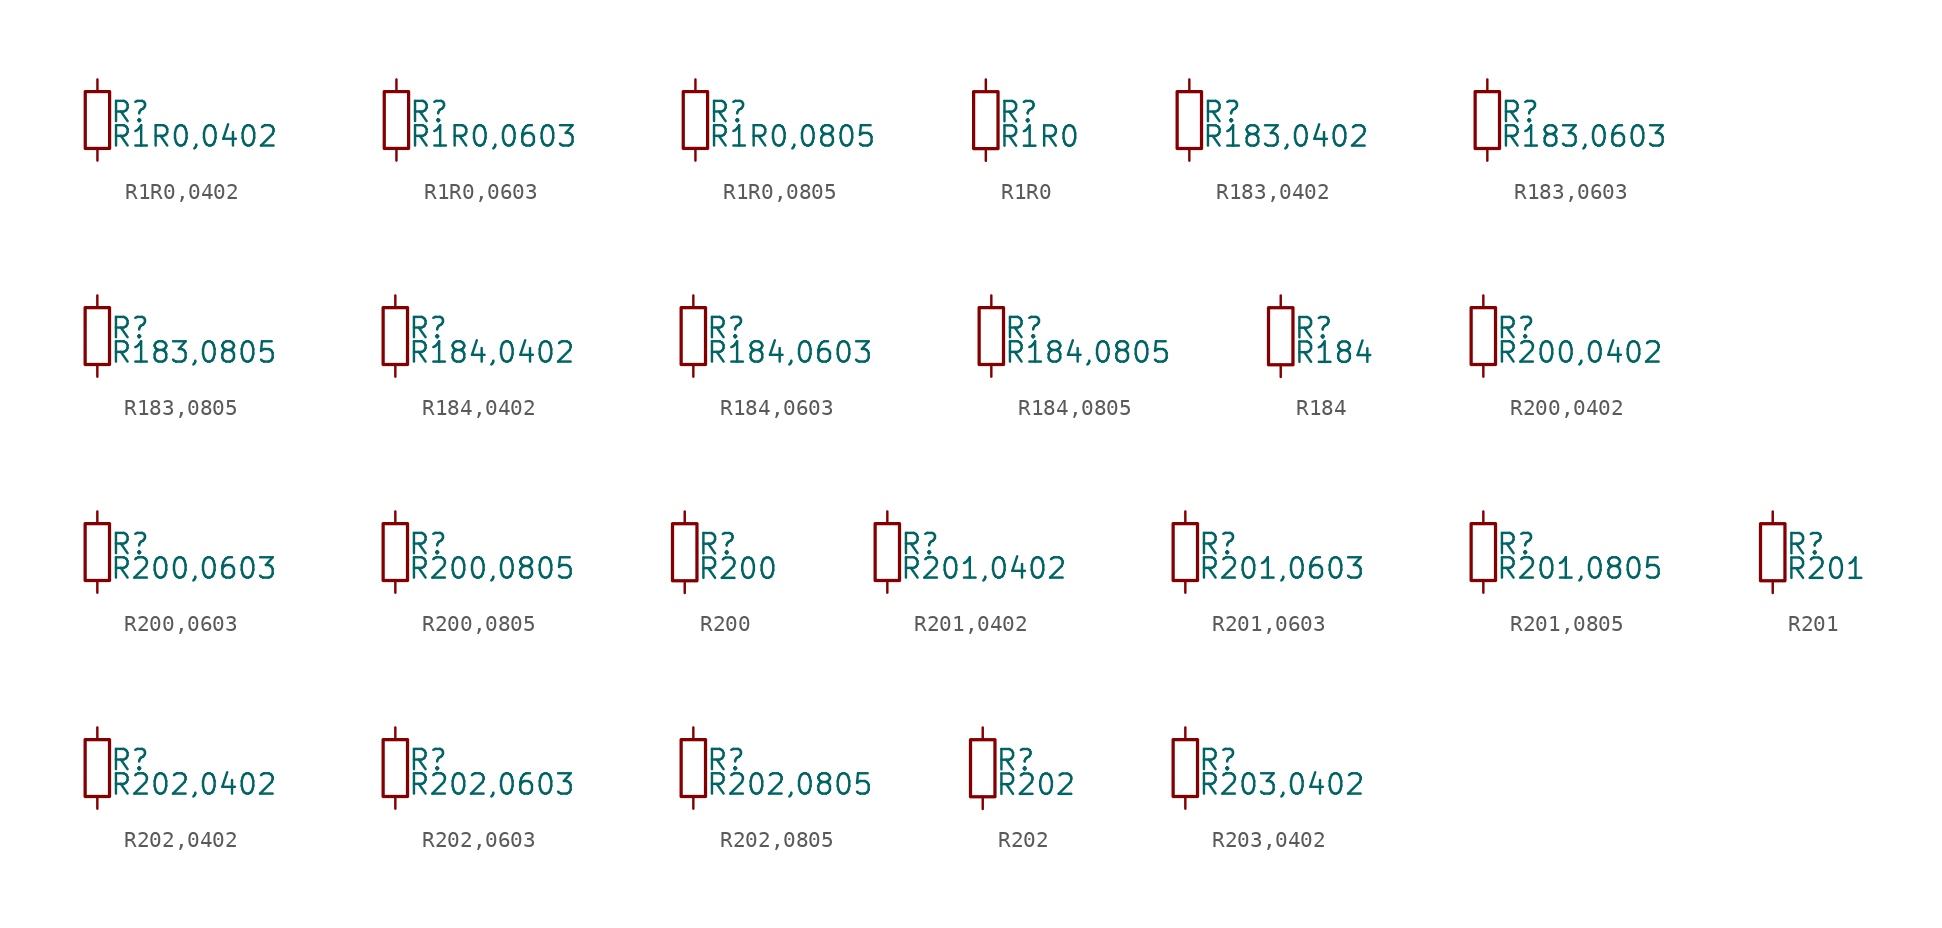
<source format=kicad_sym>
(kicad_symbol_lib
  (version 20211014)
  (generator kicad_symbol_editor)
  (symbol "R1R0,0402"
    (pin_numbers hide)
    (pin_names
      (offset 0.254) hide)
    (property "Reference" "R"
      (at 0.762 0.508 0)
      (effects (font (size 1.27 1.27)) (justify left)))
    (property "Value" "R1R0,0402"
      (at 0.762 -1.016 0)
      (effects (font (size 1.27 1.27)) (justify left)))
    (symbol "R1R0,0402_0_1"
      (rectangle (start -0.762 1.778) (end 0.762 -1.778) (stroke (width 0.203) (type default) (color 0 0 0 0)) (fill (type none))))
    (symbol "R1R0,0402_1_1"
      (pin passive line (at 0 2.54 270) (length 0.762) (name "~" (effects (font (size 1.27 1.27)))) (number "1" (effects (font (size 1.27 1.27)))))
      (pin passive line (at 0 -2.54 90) (length 0.762) (name "~" (effects (font (size 1.27 1.27)))) (number "2" (effects (font (size 1.27 1.27)))))))
  (symbol "R1R0,0603"
    (pin_numbers hide)
    (pin_names
      (offset 0.254) hide)
    (property "Reference" "R"
      (at 0.762 0.508 0)
      (effects (font (size 1.27 1.27)) (justify left)))
    (property "Value" "R1R0,0603"
      (at 0.762 -1.016 0)
      (effects (font (size 1.27 1.27)) (justify left)))
    (symbol "R1R0,0603_0_1"
      (rectangle (start -0.762 1.778) (end 0.762 -1.778) (stroke (width 0.203) (type default) (color 0 0 0 0)) (fill (type none))))
    (symbol "R1R0,0603_1_1"
      (pin passive line (at 0 2.54 270) (length 0.762) (name "~" (effects (font (size 1.27 1.27)))) (number "1" (effects (font (size 1.27 1.27)))))
      (pin passive line (at 0 -2.54 90) (length 0.762) (name "~" (effects (font (size 1.27 1.27)))) (number "2" (effects (font (size 1.27 1.27)))))))
  (symbol "R1R0,0805"
    (pin_numbers hide)
    (pin_names
      (offset 0.254) hide)
    (property "Reference" "R"
      (at 0.762 0.508 0)
      (effects (font (size 1.27 1.27)) (justify left)))
    (property "Value" "R1R0,0805"
      (at 0.762 -1.016 0)
      (effects (font (size 1.27 1.27)) (justify left)))
    (symbol "R1R0,0805_0_1"
      (rectangle (start -0.762 1.778) (end 0.762 -1.778) (stroke (width 0.203) (type default) (color 0 0 0 0)) (fill (type none))))
    (symbol "R1R0,0805_1_1"
      (pin passive line (at 0 2.54 270) (length 0.762) (name "~" (effects (font (size 1.27 1.27)))) (number "1" (effects (font (size 1.27 1.27)))))
      (pin passive line (at 0 -2.54 90) (length 0.762) (name "~" (effects (font (size 1.27 1.27)))) (number "2" (effects (font (size 1.27 1.27)))))))
  (symbol "R1R0"
    (pin_numbers hide)
    (pin_names
      (offset 0.254) hide)
    (property "Reference" "R"
      (at 0.762 0.508 0)
      (effects (font (size 1.27 1.27)) (justify left)))
    (property "Value" "R1R0"
      (at 0.762 -1.016 0)
      (effects (font (size 1.27 1.27)) (justify left)))
    (symbol "R1R0_0_1"
      (rectangle (start -0.762 1.778) (end 0.762 -1.778) (stroke (width 0.203) (type default) (color 0 0 0 0)) (fill (type none))))
    (symbol "R1R0_1_1"
      (pin passive line (at 0 2.54 270) (length 0.762) (name "~" (effects (font (size 1.27 1.27)))) (number "1" (effects (font (size 1.27 1.27)))))
      (pin passive line (at 0 -2.54 90) (length 0.762) (name "~" (effects (font (size 1.27 1.27)))) (number "2" (effects (font (size 1.27 1.27)))))))
  (symbol "R183,0402"
    (pin_numbers hide)
    (pin_names
      (offset 0.254) hide)
    (property "Reference" "R"
      (at 0.762 0.508 0)
      (effects (font (size 1.27 1.27)) (justify left)))
    (property "Value" "R183,0402"
      (at 0.762 -1.016 0)
      (effects (font (size 1.27 1.27)) (justify left)))
    (symbol "R183,0402_0_1"
      (rectangle (start -0.762 1.778) (end 0.762 -1.778) (stroke (width 0.203) (type default) (color 0 0 0 0)) (fill (type none))))
    (symbol "R183,0402_1_1"
      (pin passive line (at 0 2.54 270) (length 0.762) (name "~" (effects (font (size 1.27 1.27)))) (number "1" (effects (font (size 1.27 1.27)))))
      (pin passive line (at 0 -2.54 90) (length 0.762) (name "~" (effects (font (size 1.27 1.27)))) (number "2" (effects (font (size 1.27 1.27)))))))
  (symbol "R183,0603"
    (pin_numbers hide)
    (pin_names
      (offset 0.254) hide)
    (property "Reference" "R"
      (at 0.762 0.508 0)
      (effects (font (size 1.27 1.27)) (justify left)))
    (property "Value" "R183,0603"
      (at 0.762 -1.016 0)
      (effects (font (size 1.27 1.27)) (justify left)))
    (symbol "R183,0603_0_1"
      (rectangle (start -0.762 1.778) (end 0.762 -1.778) (stroke (width 0.203) (type default) (color 0 0 0 0)) (fill (type none))))
    (symbol "R183,0603_1_1"
      (pin passive line (at 0 2.54 270) (length 0.762) (name "~" (effects (font (size 1.27 1.27)))) (number "1" (effects (font (size 1.27 1.27)))))
      (pin passive line (at 0 -2.54 90) (length 0.762) (name "~" (effects (font (size 1.27 1.27)))) (number "2" (effects (font (size 1.27 1.27)))))))
  (symbol "R183,0805"
    (pin_numbers hide)
    (pin_names
      (offset 0.254) hide)
    (property "Reference" "R"
      (at 0.762 0.508 0)
      (effects (font (size 1.27 1.27)) (justify left)))
    (property "Value" "R183,0805"
      (at 0.762 -1.016 0)
      (effects (font (size 1.27 1.27)) (justify left)))
    (symbol "R183,0805_0_1"
      (rectangle (start -0.762 1.778) (end 0.762 -1.778) (stroke (width 0.203) (type default) (color 0 0 0 0)) (fill (type none))))
    (symbol "R183,0805_1_1"
      (pin passive line (at 0 2.54 270) (length 0.762) (name "~" (effects (font (size 1.27 1.27)))) (number "1" (effects (font (size 1.27 1.27)))))
      (pin passive line (at 0 -2.54 90) (length 0.762) (name "~" (effects (font (size 1.27 1.27)))) (number "2" (effects (font (size 1.27 1.27)))))))
  (symbol "R184,0402"
    (pin_numbers hide)
    (pin_names
      (offset 0.254) hide)
    (property "Reference" "R"
      (at 0.762 0.508 0)
      (effects (font (size 1.27 1.27)) (justify left)))
    (property "Value" "R184,0402"
      (at 0.762 -1.016 0)
      (effects (font (size 1.27 1.27)) (justify left)))
    (symbol "R184,0402_0_1"
      (rectangle (start -0.762 1.778) (end 0.762 -1.778) (stroke (width 0.203) (type default) (color 0 0 0 0)) (fill (type none))))
    (symbol "R184,0402_1_1"
      (pin passive line (at 0 2.54 270) (length 0.762) (name "~" (effects (font (size 1.27 1.27)))) (number "1" (effects (font (size 1.27 1.27)))))
      (pin passive line (at 0 -2.54 90) (length 0.762) (name "~" (effects (font (size 1.27 1.27)))) (number "2" (effects (font (size 1.27 1.27)))))))
  (symbol "R184,0603"
    (pin_numbers hide)
    (pin_names
      (offset 0.254) hide)
    (property "Reference" "R"
      (at 0.762 0.508 0)
      (effects (font (size 1.27 1.27)) (justify left)))
    (property "Value" "R184,0603"
      (at 0.762 -1.016 0)
      (effects (font (size 1.27 1.27)) (justify left)))
    (symbol "R184,0603_0_1"
      (rectangle (start -0.762 1.778) (end 0.762 -1.778) (stroke (width 0.203) (type default) (color 0 0 0 0)) (fill (type none))))
    (symbol "R184,0603_1_1"
      (pin passive line (at 0 2.54 270) (length 0.762) (name "~" (effects (font (size 1.27 1.27)))) (number "1" (effects (font (size 1.27 1.27)))))
      (pin passive line (at 0 -2.54 90) (length 0.762) (name "~" (effects (font (size 1.27 1.27)))) (number "2" (effects (font (size 1.27 1.27)))))))
  (symbol "R184,0805"
    (pin_numbers hide)
    (pin_names
      (offset 0.254) hide)
    (property "Reference" "R"
      (at 0.762 0.508 0)
      (effects (font (size 1.27 1.27)) (justify left)))
    (property "Value" "R184,0805"
      (at 0.762 -1.016 0)
      (effects (font (size 1.27 1.27)) (justify left)))
    (symbol "R184,0805_0_1"
      (rectangle (start -0.762 1.778) (end 0.762 -1.778) (stroke (width 0.203) (type default) (color 0 0 0 0)) (fill (type none))))
    (symbol "R184,0805_1_1"
      (pin passive line (at 0 2.54 270) (length 0.762) (name "~" (effects (font (size 1.27 1.27)))) (number "1" (effects (font (size 1.27 1.27)))))
      (pin passive line (at 0 -2.54 90) (length 0.762) (name "~" (effects (font (size 1.27 1.27)))) (number "2" (effects (font (size 1.27 1.27)))))))
  (symbol "R184"
    (pin_numbers hide)
    (pin_names
      (offset 0.254) hide)
    (property "Reference" "R"
      (at 0.762 0.508 0)
      (effects (font (size 1.27 1.27)) (justify left)))
    (property "Value" "R184"
      (at 0.762 -1.016 0)
      (effects (font (size 1.27 1.27)) (justify left)))
    (symbol "R184_0_1"
      (rectangle (start -0.762 1.778) (end 0.762 -1.778) (stroke (width 0.203) (type default) (color 0 0 0 0)) (fill (type none))))
    (symbol "R184_1_1"
      (pin passive line (at 0 2.54 270) (length 0.762) (name "~" (effects (font (size 1.27 1.27)))) (number "1" (effects (font (size 1.27 1.27)))))
      (pin passive line (at 0 -2.54 90) (length 0.762) (name "~" (effects (font (size 1.27 1.27)))) (number "2" (effects (font (size 1.27 1.27)))))))
  (symbol "R200,0402"
    (pin_numbers hide)
    (pin_names
      (offset 0.254) hide)
    (property "Reference" "R"
      (at 0.762 0.508 0)
      (effects (font (size 1.27 1.27)) (justify left)))
    (property "Value" "R200,0402"
      (at 0.762 -1.016 0)
      (effects (font (size 1.27 1.27)) (justify left)))
    (symbol "R200,0402_0_1"
      (rectangle (start -0.762 1.778) (end 0.762 -1.778) (stroke (width 0.203) (type default) (color 0 0 0 0)) (fill (type none))))
    (symbol "R200,0402_1_1"
      (pin passive line (at 0 2.54 270) (length 0.762) (name "~" (effects (font (size 1.27 1.27)))) (number "1" (effects (font (size 1.27 1.27)))))
      (pin passive line (at 0 -2.54 90) (length 0.762) (name "~" (effects (font (size 1.27 1.27)))) (number "2" (effects (font (size 1.27 1.27)))))))
  (symbol "R200,0603"
    (pin_numbers hide)
    (pin_names
      (offset 0.254) hide)
    (property "Reference" "R"
      (at 0.762 0.508 0)
      (effects (font (size 1.27 1.27)) (justify left)))
    (property "Value" "R200,0603"
      (at 0.762 -1.016 0)
      (effects (font (size 1.27 1.27)) (justify left)))
    (symbol "R200,0603_0_1"
      (rectangle (start -0.762 1.778) (end 0.762 -1.778) (stroke (width 0.203) (type default) (color 0 0 0 0)) (fill (type none))))
    (symbol "R200,0603_1_1"
      (pin passive line (at 0 2.54 270) (length 0.762) (name "~" (effects (font (size 1.27 1.27)))) (number "1" (effects (font (size 1.27 1.27)))))
      (pin passive line (at 0 -2.54 90) (length 0.762) (name "~" (effects (font (size 1.27 1.27)))) (number "2" (effects (font (size 1.27 1.27)))))))
  (symbol "R200,0805"
    (pin_numbers hide)
    (pin_names
      (offset 0.254) hide)
    (property "Reference" "R"
      (at 0.762 0.508 0)
      (effects (font (size 1.27 1.27)) (justify left)))
    (property "Value" "R200,0805"
      (at 0.762 -1.016 0)
      (effects (font (size 1.27 1.27)) (justify left)))
    (symbol "R200,0805_0_1"
      (rectangle (start -0.762 1.778) (end 0.762 -1.778) (stroke (width 0.203) (type default) (color 0 0 0 0)) (fill (type none))))
    (symbol "R200,0805_1_1"
      (pin passive line (at 0 2.54 270) (length 0.762) (name "~" (effects (font (size 1.27 1.27)))) (number "1" (effects (font (size 1.27 1.27)))))
      (pin passive line (at 0 -2.54 90) (length 0.762) (name "~" (effects (font (size 1.27 1.27)))) (number "2" (effects (font (size 1.27 1.27)))))))
  (symbol "R200"
    (pin_numbers hide)
    (pin_names
      (offset 0.254) hide)
    (property "Reference" "R"
      (at 0.762 0.508 0)
      (effects (font (size 1.27 1.27)) (justify left)))
    (property "Value" "R200"
      (at 0.762 -1.016 0)
      (effects (font (size 1.27 1.27)) (justify left)))
    (symbol "R200_0_1"
      (rectangle (start -0.762 1.778) (end 0.762 -1.778) (stroke (width 0.203) (type default) (color 0 0 0 0)) (fill (type none))))
    (symbol "R200_1_1"
      (pin passive line (at 0 2.54 270) (length 0.762) (name "~" (effects (font (size 1.27 1.27)))) (number "1" (effects (font (size 1.27 1.27)))))
      (pin passive line (at 0 -2.54 90) (length 0.762) (name "~" (effects (font (size 1.27 1.27)))) (number "2" (effects (font (size 1.27 1.27)))))))
  (symbol "R201,0402"
    (pin_numbers hide)
    (pin_names
      (offset 0.254) hide)
    (property "Reference" "R"
      (at 0.762 0.508 0)
      (effects (font (size 1.27 1.27)) (justify left)))
    (property "Value" "R201,0402"
      (at 0.762 -1.016 0)
      (effects (font (size 1.27 1.27)) (justify left)))
    (symbol "R201,0402_0_1"
      (rectangle (start -0.762 1.778) (end 0.762 -1.778) (stroke (width 0.203) (type default) (color 0 0 0 0)) (fill (type none))))
    (symbol "R201,0402_1_1"
      (pin passive line (at 0 2.54 270) (length 0.762) (name "~" (effects (font (size 1.27 1.27)))) (number "1" (effects (font (size 1.27 1.27)))))
      (pin passive line (at 0 -2.54 90) (length 0.762) (name "~" (effects (font (size 1.27 1.27)))) (number "2" (effects (font (size 1.27 1.27)))))))
  (symbol "R201,0603"
    (pin_numbers hide)
    (pin_names
      (offset 0.254) hide)
    (property "Reference" "R"
      (at 0.762 0.508 0)
      (effects (font (size 1.27 1.27)) (justify left)))
    (property "Value" "R201,0603"
      (at 0.762 -1.016 0)
      (effects (font (size 1.27 1.27)) (justify left)))
    (symbol "R201,0603_0_1"
      (rectangle (start -0.762 1.778) (end 0.762 -1.778) (stroke (width 0.203) (type default) (color 0 0 0 0)) (fill (type none))))
    (symbol "R201,0603_1_1"
      (pin passive line (at 0 2.54 270) (length 0.762) (name "~" (effects (font (size 1.27 1.27)))) (number "1" (effects (font (size 1.27 1.27)))))
      (pin passive line (at 0 -2.54 90) (length 0.762) (name "~" (effects (font (size 1.27 1.27)))) (number "2" (effects (font (size 1.27 1.27)))))))
  (symbol "R201,0805"
    (pin_numbers hide)
    (pin_names
      (offset 0.254) hide)
    (property "Reference" "R"
      (at 0.762 0.508 0)
      (effects (font (size 1.27 1.27)) (justify left)))
    (property "Value" "R201,0805"
      (at 0.762 -1.016 0)
      (effects (font (size 1.27 1.27)) (justify left)))
    (symbol "R201,0805_0_1"
      (rectangle (start -0.762 1.778) (end 0.762 -1.778) (stroke (width 0.203) (type default) (color 0 0 0 0)) (fill (type none))))
    (symbol "R201,0805_1_1"
      (pin passive line (at 0 2.54 270) (length 0.762) (name "~" (effects (font (size 1.27 1.27)))) (number "1" (effects (font (size 1.27 1.27)))))
      (pin passive line (at 0 -2.54 90) (length 0.762) (name "~" (effects (font (size 1.27 1.27)))) (number "2" (effects (font (size 1.27 1.27)))))))
  (symbol "R201"
    (pin_numbers hide)
    (pin_names
      (offset 0.254) hide)
    (property "Reference" "R"
      (at 0.762 0.508 0)
      (effects (font (size 1.27 1.27)) (justify left)))
    (property "Value" "R201"
      (at 0.762 -1.016 0)
      (effects (font (size 1.27 1.27)) (justify left)))
    (symbol "R201_0_1"
      (rectangle (start -0.762 1.778) (end 0.762 -1.778) (stroke (width 0.203) (type default) (color 0 0 0 0)) (fill (type none))))
    (symbol "R201_1_1"
      (pin passive line (at 0 2.54 270) (length 0.762) (name "~" (effects (font (size 1.27 1.27)))) (number "1" (effects (font (size 1.27 1.27)))))
      (pin passive line (at 0 -2.54 90) (length 0.762) (name "~" (effects (font (size 1.27 1.27)))) (number "2" (effects (font (size 1.27 1.27)))))))
  (symbol "R202,0402"
    (pin_numbers hide)
    (pin_names
      (offset 0.254) hide)
    (property "Reference" "R"
      (at 0.762 0.508 0)
      (effects (font (size 1.27 1.27)) (justify left)))
    (property "Value" "R202,0402"
      (at 0.762 -1.016 0)
      (effects (font (size 1.27 1.27)) (justify left)))
    (symbol "R202,0402_0_1"
      (rectangle (start -0.762 1.778) (end 0.762 -1.778) (stroke (width 0.203) (type default) (color 0 0 0 0)) (fill (type none))))
    (symbol "R202,0402_1_1"
      (pin passive line (at 0 2.54 270) (length 0.762) (name "~" (effects (font (size 1.27 1.27)))) (number "1" (effects (font (size 1.27 1.27)))))
      (pin passive line (at 0 -2.54 90) (length 0.762) (name "~" (effects (font (size 1.27 1.27)))) (number "2" (effects (font (size 1.27 1.27)))))))
  (symbol "R202,0603"
    (pin_numbers hide)
    (pin_names
      (offset 0.254) hide)
    (property "Reference" "R"
      (at 0.762 0.508 0)
      (effects (font (size 1.27 1.27)) (justify left)))
    (property "Value" "R202,0603"
      (at 0.762 -1.016 0)
      (effects (font (size 1.27 1.27)) (justify left)))
    (symbol "R202,0603_0_1"
      (rectangle (start -0.762 1.778) (end 0.762 -1.778) (stroke (width 0.203) (type default) (color 0 0 0 0)) (fill (type none))))
    (symbol "R202,0603_1_1"
      (pin passive line (at 0 2.54 270) (length 0.762) (name "~" (effects (font (size 1.27 1.27)))) (number "1" (effects (font (size 1.27 1.27)))))
      (pin passive line (at 0 -2.54 90) (length 0.762) (name "~" (effects (font (size 1.27 1.27)))) (number "2" (effects (font (size 1.27 1.27)))))))
  (symbol "R202,0805"
    (pin_numbers hide)
    (pin_names
      (offset 0.254) hide)
    (property "Reference" "R"
      (at 0.762 0.508 0)
      (effects (font (size 1.27 1.27)) (justify left)))
    (property "Value" "R202,0805"
      (at 0.762 -1.016 0)
      (effects (font (size 1.27 1.27)) (justify left)))
    (symbol "R202,0805_0_1"
      (rectangle (start -0.762 1.778) (end 0.762 -1.778) (stroke (width 0.203) (type default) (color 0 0 0 0)) (fill (type none))))
    (symbol "R202,0805_1_1"
      (pin passive line (at 0 2.54 270) (length 0.762) (name "~" (effects (font (size 1.27 1.27)))) (number "1" (effects (font (size 1.27 1.27)))))
      (pin passive line (at 0 -2.54 90) (length 0.762) (name "~" (effects (font (size 1.27 1.27)))) (number "2" (effects (font (size 1.27 1.27)))))))
  (symbol "R202"
    (pin_numbers hide)
    (pin_names
      (offset 0.254) hide)
    (property "Reference" "R"
      (at 0.762 0.508 0)
      (effects (font (size 1.27 1.27)) (justify left)))
    (property "Value" "R202"
      (at 0.762 -1.016 0)
      (effects (font (size 1.27 1.27)) (justify left)))
    (symbol "R202_0_1"
      (rectangle (start -0.762 1.778) (end 0.762 -1.778) (stroke (width 0.203) (type default) (color 0 0 0 0)) (fill (type none))))
    (symbol "R202_1_1"
      (pin passive line (at 0 2.54 270) (length 0.762) (name "~" (effects (font (size 1.27 1.27)))) (number "1" (effects (font (size 1.27 1.27)))))
      (pin passive line (at 0 -2.54 90) (length 0.762) (name "~" (effects (font (size 1.27 1.27)))) (number "2" (effects (font (size 1.27 1.27)))))))
  (symbol "R203,0402"
    (pin_numbers hide)
    (pin_names
      (offset 0.254) hide)
    (property "Reference" "R"
      (at 0.762 0.508 0)
      (effects (font (size 1.27 1.27)) (justify left)))
    (property "Value" "R203,0402"
      (at 0.762 -1.016 0)
      (effects (font (size 1.27 1.27)) (justify left)))
    (symbol "R203,0402_0_1"
      (rectangle (start -0.762 1.778) (end 0.762 -1.778) (stroke (width 0.203) (type default) (color 0 0 0 0)) (fill (type none))))
    (symbol "R203,0402_1_1"
      (pin passive line (at 0 2.54 270) (length 0.762) (name "~" (effects (font (size 1.27 1.27)))) (number "1" (effects (font (size 1.27 1.27)))))
      (pin passive line (at 0 -2.54 90) (length 0.762) (name "~" (effects (font (size 1.27 1.27)))) (number "2" (effects (font (size 1.27 1.27))))))))
</source>
